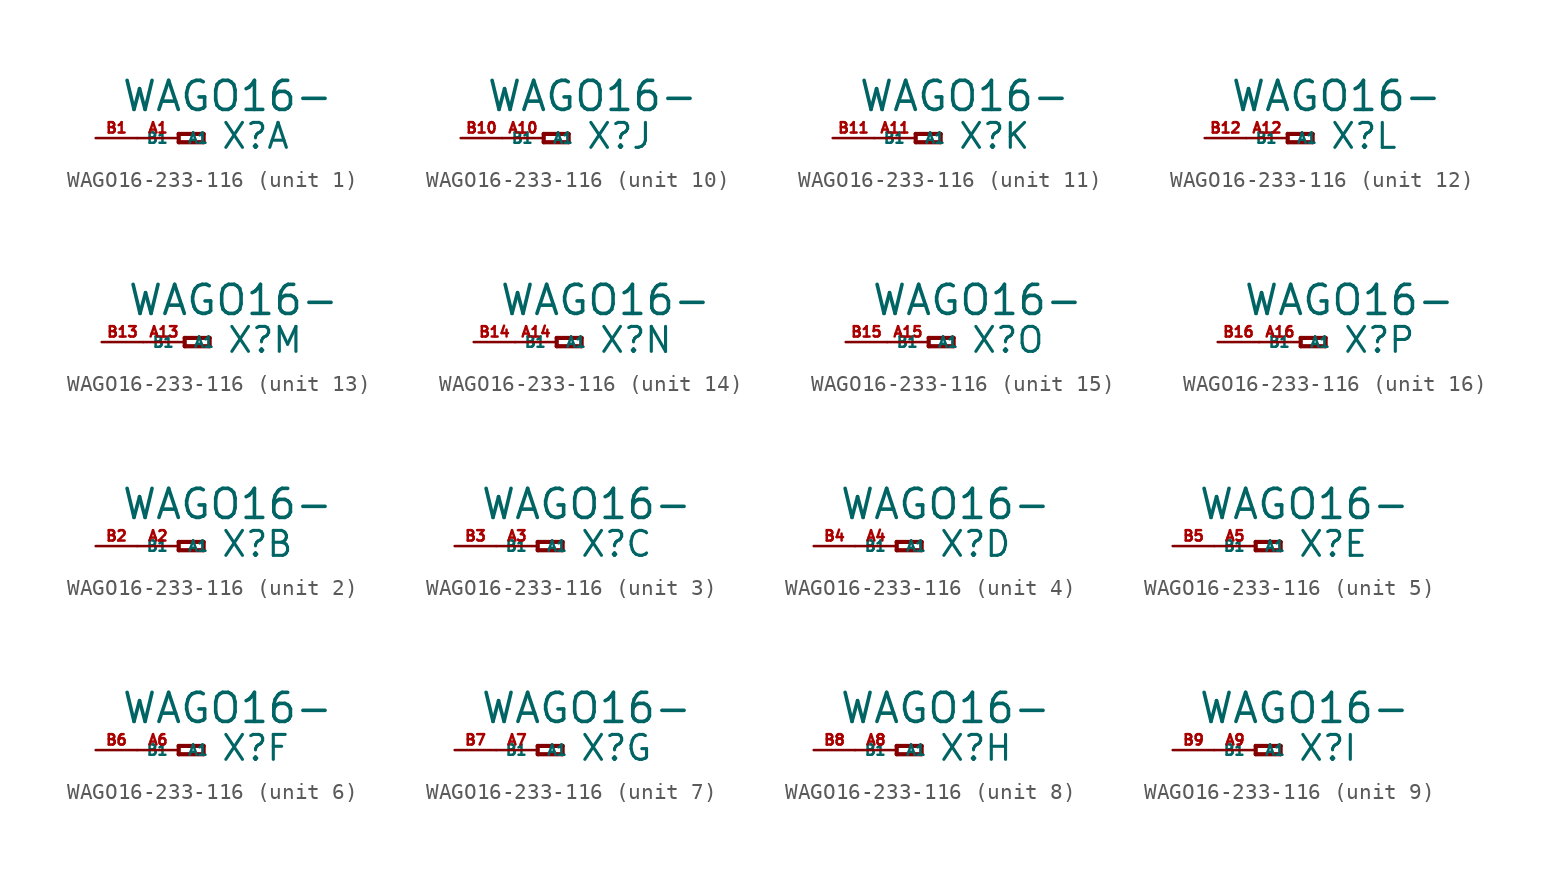
<source format=kicad_sym>
(kicad_symbol_lib
  (version 20220914)
  (generator Eagle2Kicad)
  (symbol "WAGO16-233-116"
    (property "Reference" "X"
      (at 2.54 -0.762 0)
      (effects (font (size 1.524 1.524) (thickness 0.19)) (justify left bottom)))
    (property "Value" "WAGO16-"
      (at -3.556 1.524 0)
      (effects (font (size 1.778 1.778) (thickness 0.22)) (justify left bottom)))
    (symbol "WAGO16-233-116_1_0"
      (polyline (pts (xy 0 0.254) (xy 0 -0.254)) (stroke (width 0.254) (type default)) (fill (type none)))
      (polyline (pts (xy 0 -0.254) (xy 1.524 -0.254)) (stroke (width 0.254) (type default)) (fill (type none)))
      (polyline (pts (xy 1.524 -0.254) (xy 1.524 0.254)) (stroke (width 0.254) (type default)) (fill (type none)))
      (polyline (pts (xy 1.524 0.254) (xy 0 0.254)) (stroke (width 0.254) (type default)) (fill (type none)))
      (pin passive line (at -2.54 0 0) (length 2.54) (name "A1" (effects (font (size 0.635 0.635) (thickness 0.08)) (justify left bottom))) (number "A1" (effects (font (size 0.635 0.635) (thickness 0.08)) (justify left bottom))))
      (pin passive line (at -5.08 0 0) (length 2.54) (name "B1" (effects (font (size 0.635 0.635) (thickness 0.08)) (justify left bottom))) (number "B1" (effects (font (size 0.635 0.635) (thickness 0.08)) (justify left bottom)))))
    (symbol "WAGO16-233-116_2_0"
      (polyline (pts (xy 0 0.254) (xy 0 -0.254)) (stroke (width 0.254) (type default)) (fill (type none)))
      (polyline (pts (xy 0 -0.254) (xy 1.524 -0.254)) (stroke (width 0.254) (type default)) (fill (type none)))
      (polyline (pts (xy 1.524 -0.254) (xy 1.524 0.254)) (stroke (width 0.254) (type default)) (fill (type none)))
      (polyline (pts (xy 1.524 0.254) (xy 0 0.254)) (stroke (width 0.254) (type default)) (fill (type none)))
      (pin passive line (at -2.54 0 0) (length 2.54) (name "A1" (effects (font (size 0.635 0.635) (thickness 0.08)) (justify left bottom))) (number "A2" (effects (font (size 0.635 0.635) (thickness 0.08)) (justify left bottom))))
      (pin passive line (at -5.08 0 0) (length 2.54) (name "B1" (effects (font (size 0.635 0.635) (thickness 0.08)) (justify left bottom))) (number "B2" (effects (font (size 0.635 0.635) (thickness 0.08)) (justify left bottom)))))
    (symbol "WAGO16-233-116_3_0"
      (polyline (pts (xy 0 0.254) (xy 0 -0.254)) (stroke (width 0.254) (type default)) (fill (type none)))
      (polyline (pts (xy 0 -0.254) (xy 1.524 -0.254)) (stroke (width 0.254) (type default)) (fill (type none)))
      (polyline (pts (xy 1.524 -0.254) (xy 1.524 0.254)) (stroke (width 0.254) (type default)) (fill (type none)))
      (polyline (pts (xy 1.524 0.254) (xy 0 0.254)) (stroke (width 0.254) (type default)) (fill (type none)))
      (pin passive line (at -2.54 0 0) (length 2.54) (name "A1" (effects (font (size 0.635 0.635) (thickness 0.08)) (justify left bottom))) (number "A3" (effects (font (size 0.635 0.635) (thickness 0.08)) (justify left bottom))))
      (pin passive line (at -5.08 0 0) (length 2.54) (name "B1" (effects (font (size 0.635 0.635) (thickness 0.08)) (justify left bottom))) (number "B3" (effects (font (size 0.635 0.635) (thickness 0.08)) (justify left bottom)))))
    (symbol "WAGO16-233-116_4_0"
      (polyline (pts (xy 0 0.254) (xy 0 -0.254)) (stroke (width 0.254) (type default)) (fill (type none)))
      (polyline (pts (xy 0 -0.254) (xy 1.524 -0.254)) (stroke (width 0.254) (type default)) (fill (type none)))
      (polyline (pts (xy 1.524 -0.254) (xy 1.524 0.254)) (stroke (width 0.254) (type default)) (fill (type none)))
      (polyline (pts (xy 1.524 0.254) (xy 0 0.254)) (stroke (width 0.254) (type default)) (fill (type none)))
      (pin passive line (at -2.54 0 0) (length 2.54) (name "A1" (effects (font (size 0.635 0.635) (thickness 0.08)) (justify left bottom))) (number "A4" (effects (font (size 0.635 0.635) (thickness 0.08)) (justify left bottom))))
      (pin passive line (at -5.08 0 0) (length 2.54) (name "B1" (effects (font (size 0.635 0.635) (thickness 0.08)) (justify left bottom))) (number "B4" (effects (font (size 0.635 0.635) (thickness 0.08)) (justify left bottom)))))
    (symbol "WAGO16-233-116_5_0"
      (polyline (pts (xy 0 0.254) (xy 0 -0.254)) (stroke (width 0.254) (type default)) (fill (type none)))
      (polyline (pts (xy 0 -0.254) (xy 1.524 -0.254)) (stroke (width 0.254) (type default)) (fill (type none)))
      (polyline (pts (xy 1.524 -0.254) (xy 1.524 0.254)) (stroke (width 0.254) (type default)) (fill (type none)))
      (polyline (pts (xy 1.524 0.254) (xy 0 0.254)) (stroke (width 0.254) (type default)) (fill (type none)))
      (pin passive line (at -2.54 0 0) (length 2.54) (name "A1" (effects (font (size 0.635 0.635) (thickness 0.08)) (justify left bottom))) (number "A5" (effects (font (size 0.635 0.635) (thickness 0.08)) (justify left bottom))))
      (pin passive line (at -5.08 0 0) (length 2.54) (name "B1" (effects (font (size 0.635 0.635) (thickness 0.08)) (justify left bottom))) (number "B5" (effects (font (size 0.635 0.635) (thickness 0.08)) (justify left bottom)))))
    (symbol "WAGO16-233-116_6_0"
      (polyline (pts (xy 0 0.254) (xy 0 -0.254)) (stroke (width 0.254) (type default)) (fill (type none)))
      (polyline (pts (xy 0 -0.254) (xy 1.524 -0.254)) (stroke (width 0.254) (type default)) (fill (type none)))
      (polyline (pts (xy 1.524 -0.254) (xy 1.524 0.254)) (stroke (width 0.254) (type default)) (fill (type none)))
      (polyline (pts (xy 1.524 0.254) (xy 0 0.254)) (stroke (width 0.254) (type default)) (fill (type none)))
      (pin passive line (at -2.54 0 0) (length 2.54) (name "A1" (effects (font (size 0.635 0.635) (thickness 0.08)) (justify left bottom))) (number "A6" (effects (font (size 0.635 0.635) (thickness 0.08)) (justify left bottom))))
      (pin passive line (at -5.08 0 0) (length 2.54) (name "B1" (effects (font (size 0.635 0.635) (thickness 0.08)) (justify left bottom))) (number "B6" (effects (font (size 0.635 0.635) (thickness 0.08)) (justify left bottom)))))
    (symbol "WAGO16-233-116_7_0"
      (polyline (pts (xy 0 0.254) (xy 0 -0.254)) (stroke (width 0.254) (type default)) (fill (type none)))
      (polyline (pts (xy 0 -0.254) (xy 1.524 -0.254)) (stroke (width 0.254) (type default)) (fill (type none)))
      (polyline (pts (xy 1.524 -0.254) (xy 1.524 0.254)) (stroke (width 0.254) (type default)) (fill (type none)))
      (polyline (pts (xy 1.524 0.254) (xy 0 0.254)) (stroke (width 0.254) (type default)) (fill (type none)))
      (pin passive line (at -2.54 0 0) (length 2.54) (name "A1" (effects (font (size 0.635 0.635) (thickness 0.08)) (justify left bottom))) (number "A7" (effects (font (size 0.635 0.635) (thickness 0.08)) (justify left bottom))))
      (pin passive line (at -5.08 0 0) (length 2.54) (name "B1" (effects (font (size 0.635 0.635) (thickness 0.08)) (justify left bottom))) (number "B7" (effects (font (size 0.635 0.635) (thickness 0.08)) (justify left bottom)))))
    (symbol "WAGO16-233-116_8_0"
      (polyline (pts (xy 0 0.254) (xy 0 -0.254)) (stroke (width 0.254) (type default)) (fill (type none)))
      (polyline (pts (xy 0 -0.254) (xy 1.524 -0.254)) (stroke (width 0.254) (type default)) (fill (type none)))
      (polyline (pts (xy 1.524 -0.254) (xy 1.524 0.254)) (stroke (width 0.254) (type default)) (fill (type none)))
      (polyline (pts (xy 1.524 0.254) (xy 0 0.254)) (stroke (width 0.254) (type default)) (fill (type none)))
      (pin passive line (at -2.54 0 0) (length 2.54) (name "A1" (effects (font (size 0.635 0.635) (thickness 0.08)) (justify left bottom))) (number "A8" (effects (font (size 0.635 0.635) (thickness 0.08)) (justify left bottom))))
      (pin passive line (at -5.08 0 0) (length 2.54) (name "B1" (effects (font (size 0.635 0.635) (thickness 0.08)) (justify left bottom))) (number "B8" (effects (font (size 0.635 0.635) (thickness 0.08)) (justify left bottom)))))
    (symbol "WAGO16-233-116_9_0"
      (polyline (pts (xy 0 0.254) (xy 0 -0.254)) (stroke (width 0.254) (type default)) (fill (type none)))
      (polyline (pts (xy 0 -0.254) (xy 1.524 -0.254)) (stroke (width 0.254) (type default)) (fill (type none)))
      (polyline (pts (xy 1.524 -0.254) (xy 1.524 0.254)) (stroke (width 0.254) (type default)) (fill (type none)))
      (polyline (pts (xy 1.524 0.254) (xy 0 0.254)) (stroke (width 0.254) (type default)) (fill (type none)))
      (pin passive line (at -2.54 0 0) (length 2.54) (name "A1" (effects (font (size 0.635 0.635) (thickness 0.08)) (justify left bottom))) (number "A9" (effects (font (size 0.635 0.635) (thickness 0.08)) (justify left bottom))))
      (pin passive line (at -5.08 0 0) (length 2.54) (name "B1" (effects (font (size 0.635 0.635) (thickness 0.08)) (justify left bottom))) (number "B9" (effects (font (size 0.635 0.635) (thickness 0.08)) (justify left bottom)))))
    (symbol "WAGO16-233-116_10_0"
      (polyline (pts (xy 0 0.254) (xy 0 -0.254)) (stroke (width 0.254) (type default)) (fill (type none)))
      (polyline (pts (xy 0 -0.254) (xy 1.524 -0.254)) (stroke (width 0.254) (type default)) (fill (type none)))
      (polyline (pts (xy 1.524 -0.254) (xy 1.524 0.254)) (stroke (width 0.254) (type default)) (fill (type none)))
      (polyline (pts (xy 1.524 0.254) (xy 0 0.254)) (stroke (width 0.254) (type default)) (fill (type none)))
      (pin passive line (at -2.54 0 0) (length 2.54) (name "A1" (effects (font (size 0.635 0.635) (thickness 0.08)) (justify left bottom))) (number "A10" (effects (font (size 0.635 0.635) (thickness 0.08)) (justify left bottom))))
      (pin passive line (at -5.08 0 0) (length 2.54) (name "B1" (effects (font (size 0.635 0.635) (thickness 0.08)) (justify left bottom))) (number "B10" (effects (font (size 0.635 0.635) (thickness 0.08)) (justify left bottom)))))
    (symbol "WAGO16-233-116_11_0"
      (polyline (pts (xy 0 0.254) (xy 0 -0.254)) (stroke (width 0.254) (type default)) (fill (type none)))
      (polyline (pts (xy 0 -0.254) (xy 1.524 -0.254)) (stroke (width 0.254) (type default)) (fill (type none)))
      (polyline (pts (xy 1.524 -0.254) (xy 1.524 0.254)) (stroke (width 0.254) (type default)) (fill (type none)))
      (polyline (pts (xy 1.524 0.254) (xy 0 0.254)) (stroke (width 0.254) (type default)) (fill (type none)))
      (pin passive line (at -2.54 0 0) (length 2.54) (name "A1" (effects (font (size 0.635 0.635) (thickness 0.08)) (justify left bottom))) (number "A11" (effects (font (size 0.635 0.635) (thickness 0.08)) (justify left bottom))))
      (pin passive line (at -5.08 0 0) (length 2.54) (name "B1" (effects (font (size 0.635 0.635) (thickness 0.08)) (justify left bottom))) (number "B11" (effects (font (size 0.635 0.635) (thickness 0.08)) (justify left bottom)))))
    (symbol "WAGO16-233-116_12_0"
      (polyline (pts (xy 0 0.254) (xy 0 -0.254)) (stroke (width 0.254) (type default)) (fill (type none)))
      (polyline (pts (xy 0 -0.254) (xy 1.524 -0.254)) (stroke (width 0.254) (type default)) (fill (type none)))
      (polyline (pts (xy 1.524 -0.254) (xy 1.524 0.254)) (stroke (width 0.254) (type default)) (fill (type none)))
      (polyline (pts (xy 1.524 0.254) (xy 0 0.254)) (stroke (width 0.254) (type default)) (fill (type none)))
      (pin passive line (at -2.54 0 0) (length 2.54) (name "A1" (effects (font (size 0.635 0.635) (thickness 0.08)) (justify left bottom))) (number "A12" (effects (font (size 0.635 0.635) (thickness 0.08)) (justify left bottom))))
      (pin passive line (at -5.08 0 0) (length 2.54) (name "B1" (effects (font (size 0.635 0.635) (thickness 0.08)) (justify left bottom))) (number "B12" (effects (font (size 0.635 0.635) (thickness 0.08)) (justify left bottom)))))
    (symbol "WAGO16-233-116_13_0"
      (polyline (pts (xy 0 0.254) (xy 0 -0.254)) (stroke (width 0.254) (type default)) (fill (type none)))
      (polyline (pts (xy 0 -0.254) (xy 1.524 -0.254)) (stroke (width 0.254) (type default)) (fill (type none)))
      (polyline (pts (xy 1.524 -0.254) (xy 1.524 0.254)) (stroke (width 0.254) (type default)) (fill (type none)))
      (polyline (pts (xy 1.524 0.254) (xy 0 0.254)) (stroke (width 0.254) (type default)) (fill (type none)))
      (pin passive line (at -2.54 0 0) (length 2.54) (name "A1" (effects (font (size 0.635 0.635) (thickness 0.08)) (justify left bottom))) (number "A13" (effects (font (size 0.635 0.635) (thickness 0.08)) (justify left bottom))))
      (pin passive line (at -5.08 0 0) (length 2.54) (name "B1" (effects (font (size 0.635 0.635) (thickness 0.08)) (justify left bottom))) (number "B13" (effects (font (size 0.635 0.635) (thickness 0.08)) (justify left bottom)))))
    (symbol "WAGO16-233-116_14_0"
      (polyline (pts (xy 0 0.254) (xy 0 -0.254)) (stroke (width 0.254) (type default)) (fill (type none)))
      (polyline (pts (xy 0 -0.254) (xy 1.524 -0.254)) (stroke (width 0.254) (type default)) (fill (type none)))
      (polyline (pts (xy 1.524 -0.254) (xy 1.524 0.254)) (stroke (width 0.254) (type default)) (fill (type none)))
      (polyline (pts (xy 1.524 0.254) (xy 0 0.254)) (stroke (width 0.254) (type default)) (fill (type none)))
      (pin passive line (at -2.54 0 0) (length 2.54) (name "A1" (effects (font (size 0.635 0.635) (thickness 0.08)) (justify left bottom))) (number "A14" (effects (font (size 0.635 0.635) (thickness 0.08)) (justify left bottom))))
      (pin passive line (at -5.08 0 0) (length 2.54) (name "B1" (effects (font (size 0.635 0.635) (thickness 0.08)) (justify left bottom))) (number "B14" (effects (font (size 0.635 0.635) (thickness 0.08)) (justify left bottom)))))
    (symbol "WAGO16-233-116_15_0"
      (polyline (pts (xy 0 0.254) (xy 0 -0.254)) (stroke (width 0.254) (type default)) (fill (type none)))
      (polyline (pts (xy 0 -0.254) (xy 1.524 -0.254)) (stroke (width 0.254) (type default)) (fill (type none)))
      (polyline (pts (xy 1.524 -0.254) (xy 1.524 0.254)) (stroke (width 0.254) (type default)) (fill (type none)))
      (polyline (pts (xy 1.524 0.254) (xy 0 0.254)) (stroke (width 0.254) (type default)) (fill (type none)))
      (pin passive line (at -2.54 0 0) (length 2.54) (name "A1" (effects (font (size 0.635 0.635) (thickness 0.08)) (justify left bottom))) (number "A15" (effects (font (size 0.635 0.635) (thickness 0.08)) (justify left bottom))))
      (pin passive line (at -5.08 0 0) (length 2.54) (name "B1" (effects (font (size 0.635 0.635) (thickness 0.08)) (justify left bottom))) (number "B15" (effects (font (size 0.635 0.635) (thickness 0.08)) (justify left bottom)))))
    (symbol "WAGO16-233-116_16_0"
      (polyline (pts (xy 0 0.254) (xy 0 -0.254)) (stroke (width 0.254) (type default)) (fill (type none)))
      (polyline (pts (xy 0 -0.254) (xy 1.524 -0.254)) (stroke (width 0.254) (type default)) (fill (type none)))
      (polyline (pts (xy 1.524 -0.254) (xy 1.524 0.254)) (stroke (width 0.254) (type default)) (fill (type none)))
      (polyline (pts (xy 1.524 0.254) (xy 0 0.254)) (stroke (width 0.254) (type default)) (fill (type none)))
      (pin passive line (at -2.54 0 0) (length 2.54) (name "A1" (effects (font (size 0.635 0.635) (thickness 0.08)) (justify left bottom))) (number "A16" (effects (font (size 0.635 0.635) (thickness 0.08)) (justify left bottom))))
      (pin passive line (at -5.08 0 0) (length 2.54) (name "B1" (effects (font (size 0.635 0.635) (thickness 0.08)) (justify left bottom))) (number "B16" (effects (font (size 0.635 0.635) (thickness 0.08)) (justify left bottom)))))))
</source>
